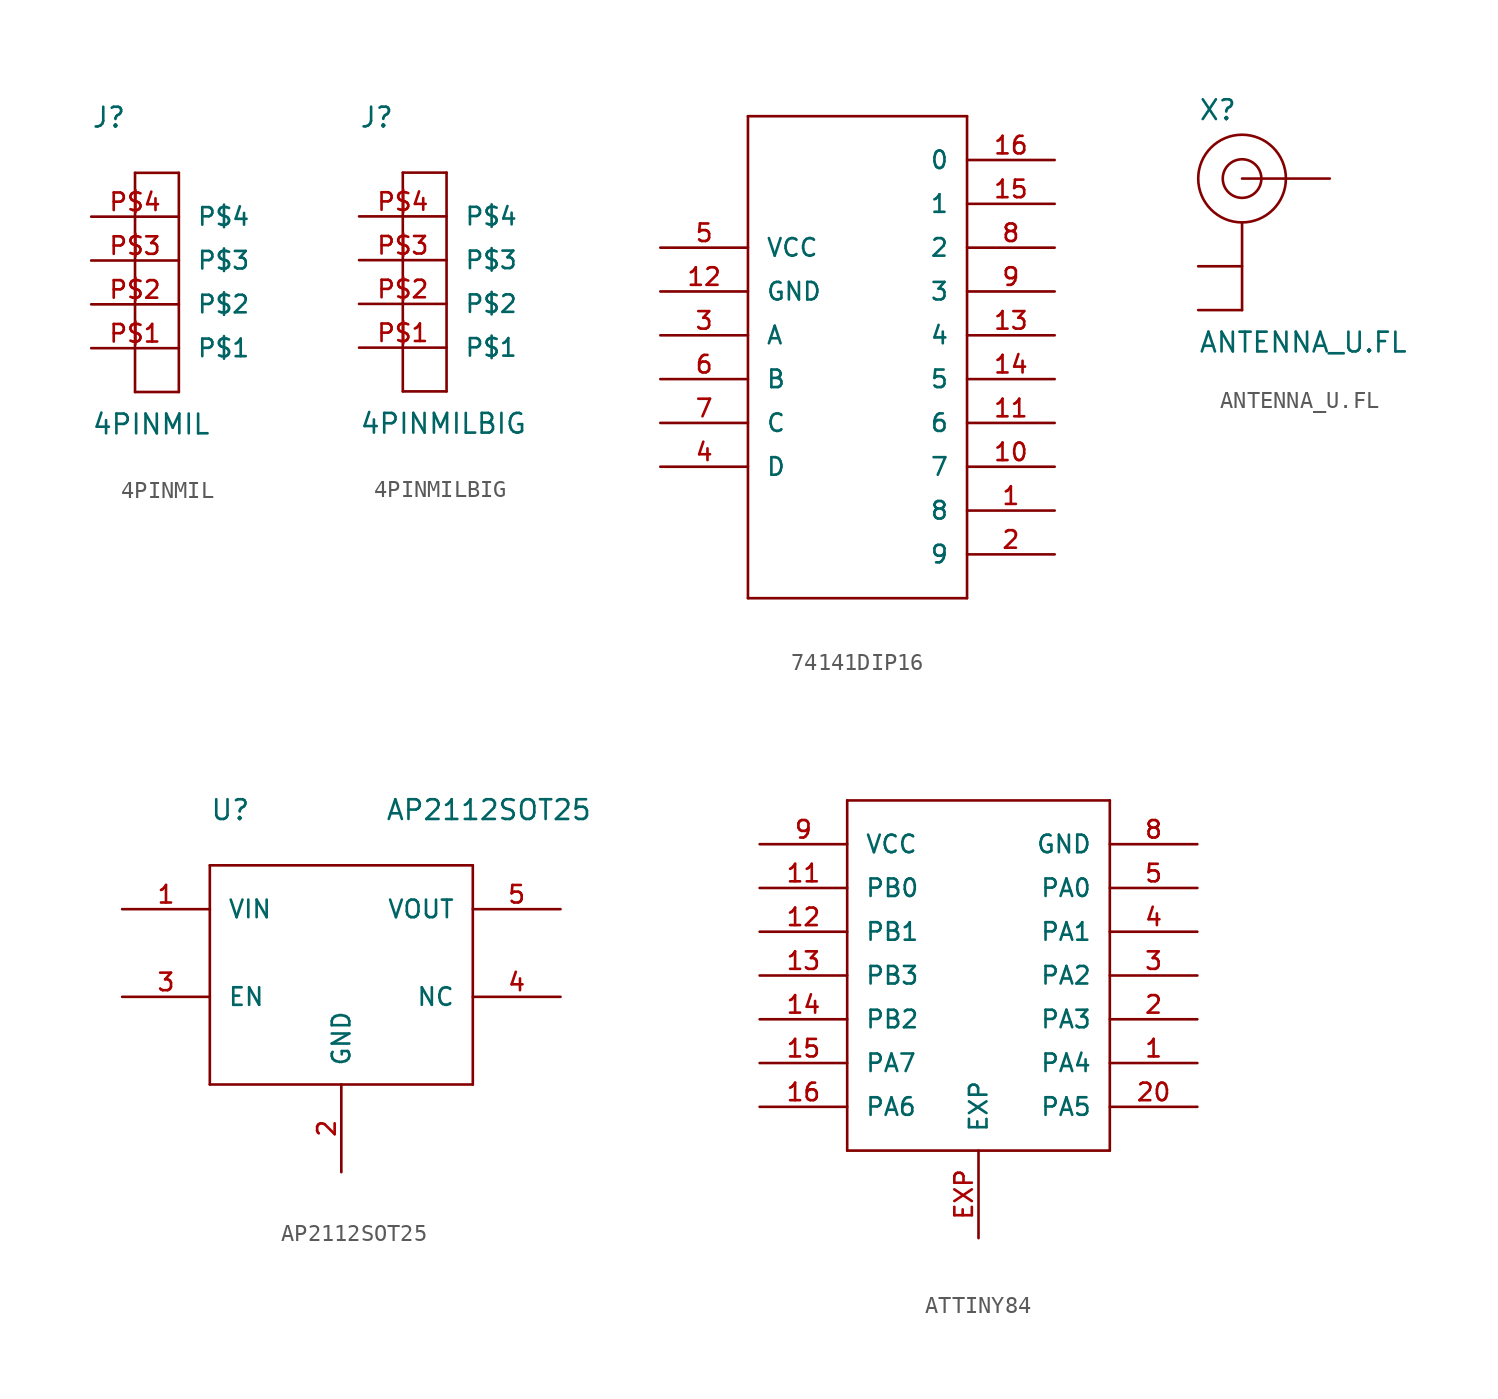
<source format=kicad_sym>
(kicad_symbol_lib
  (version 20220914)
  (generator kicad_symbol_editor)
  (symbol "4PINMIL"
    (pin_names
      (offset 1.016))
    (property "Reference" "J"
      (at -5.08 12.7 0)
      (effects (font (size 1.143 1.143)) (justify left bottom)))
    (property "Value" "4PINMIL"
      (at -5.08 -5.08 0)
      (effects (font (size 1.143 1.143)) (justify left bottom)))
    (property "ki_locked" ""
      (at 0 0 0)
      (effects (font (size 1.27 1.27))))
    (symbol "4PINMIL_1_0"
      (polyline (pts (xy -2.54 -2.54) (xy -2.54 10.16)) (stroke (width 0) (type solid)) (fill (type none)))
      (polyline (pts (xy -2.54 10.16) (xy 0 10.16)) (stroke (width 0) (type solid)) (fill (type none)))
      (polyline (pts (xy 0 -2.54) (xy -2.54 -2.54)) (stroke (width 0) (type solid)) (fill (type none)))
      (polyline (pts (xy 0 10.16) (xy 0 -2.54)) (stroke (width 0) (type solid)) (fill (type none))))
    (symbol "4PINMIL_1_1"
      (pin bidirectional line (at -5.08 0 0) (length 5.08) (name "P$1" (effects (font (size 1.016 1.016)))) (number "P$1" (effects (font (size 1.016 1.016)))))
      (pin bidirectional line (at -5.08 2.54 0) (length 5.08) (name "P$2" (effects (font (size 1.016 1.016)))) (number "P$2" (effects (font (size 1.016 1.016)))))
      (pin bidirectional line (at -5.08 5.08 0) (length 5.08) (name "P$3" (effects (font (size 1.016 1.016)))) (number "P$3" (effects (font (size 1.016 1.016)))))
      (pin bidirectional line (at -5.08 7.62 0) (length 5.08) (name "P$4" (effects (font (size 1.016 1.016)))) (number "P$4" (effects (font (size 1.016 1.016)))))
      (pin bidirectional line (at -5.08 0 0) (length 5.08) hide (name "P$1" (effects (font (size 1.016 1.016)))) (number "P$5" (effects (font (size 1.016 1.016)))))
      (pin bidirectional line (at -5.08 2.54 0) (length 5.08) hide (name "P$2" (effects (font (size 1.016 1.016)))) (number "P$6" (effects (font (size 1.016 1.016)))))
      (pin bidirectional line (at -5.08 5.08 0) (length 5.08) hide (name "P$3" (effects (font (size 1.016 1.016)))) (number "P$7" (effects (font (size 1.016 1.016)))))
      (pin bidirectional line (at -5.08 7.62 0) (length 5.08) hide (name "P$4" (effects (font (size 1.016 1.016)))) (number "P$8" (effects (font (size 1.016 1.016)))))))
  (symbol "4PINMILBIG"
    (pin_names
      (offset 1.016))
    (property "Reference" "J"
      (at -5.08 12.7 0)
      (effects (font (size 1.143 1.143)) (justify left bottom)))
    (property "Value" "4PINMILBIG"
      (at -5.08 -5.08 0)
      (effects (font (size 1.143 1.143)) (justify left bottom)))
    (property "ki_locked" ""
      (at 0 0 0)
      (effects (font (size 1.27 1.27))))
    (symbol "4PINMILBIG_1_0"
      (polyline (pts (xy -2.54 -2.54) (xy -2.54 10.16)) (stroke (width 0) (type solid)) (fill (type none)))
      (polyline (pts (xy -2.54 10.16) (xy 0 10.16)) (stroke (width 0) (type solid)) (fill (type none)))
      (polyline (pts (xy 0 -2.54) (xy -2.54 -2.54)) (stroke (width 0) (type solid)) (fill (type none)))
      (polyline (pts (xy 0 10.16) (xy 0 -2.54)) (stroke (width 0) (type solid)) (fill (type none))))
    (symbol "4PINMILBIG_1_1"
      (pin bidirectional line (at -5.08 0 0) (length 5.08) (name "P$1" (effects (font (size 1.016 1.016)))) (number "P$1" (effects (font (size 1.016 1.016)))))
      (pin bidirectional line (at -5.08 2.54 0) (length 5.08) (name "P$2" (effects (font (size 1.016 1.016)))) (number "P$2" (effects (font (size 1.016 1.016)))))
      (pin bidirectional line (at -5.08 5.08 0) (length 5.08) (name "P$3" (effects (font (size 1.016 1.016)))) (number "P$3" (effects (font (size 1.016 1.016)))))
      (pin bidirectional line (at -5.08 7.62 0) (length 5.08) (name "P$4" (effects (font (size 1.016 1.016)))) (number "P$4" (effects (font (size 1.016 1.016)))))
      (pin bidirectional line (at -5.08 0 0) (length 5.08) hide (name "P$1" (effects (font (size 1.016 1.016)))) (number "P$5" (effects (font (size 1.016 1.016)))))
      (pin bidirectional line (at -5.08 2.54 0) (length 5.08) hide (name "P$2" (effects (font (size 1.016 1.016)))) (number "P$6" (effects (font (size 1.016 1.016)))))
      (pin bidirectional line (at -5.08 5.08 0) (length 5.08) hide (name "P$3" (effects (font (size 1.016 1.016)))) (number "P$7" (effects (font (size 1.016 1.016)))))
      (pin bidirectional line (at -5.08 7.62 0) (length 5.08) hide (name "P$4" (effects (font (size 1.016 1.016)))) (number "P$8" (effects (font (size 1.016 1.016)))))))
  (symbol "74141DIP16"
    (pin_names
      (offset 1.016))
    (property "Reference" "M"
      (at 0 0 0)
      (effects (font (size 1.143 1.143)) hide))
    (property "ki_locked" ""
      (at 0 0 0)
      (effects (font (size 1.27 1.27))))
    (symbol "74141DIP16_1_0"
      (polyline (pts (xy -7.62 -12.7) (xy 5.08 -12.7)) (stroke (width 0) (type solid)) (fill (type none)))
      (polyline (pts (xy -7.62 15.24) (xy -7.62 -12.7)) (stroke (width 0) (type solid)) (fill (type none)))
      (polyline (pts (xy 5.08 -12.7) (xy 5.08 15.24)) (stroke (width 0) (type solid)) (fill (type none)))
      (polyline (pts (xy 5.08 15.24) (xy -7.62 15.24)) (stroke (width 0) (type solid)) (fill (type none))))
    (symbol "74141DIP16_1_1"
      (pin passive line (at 10.16 -7.62 180) (length 5.08) (name "8" (effects (font (size 1.016 1.016)))) (number "1" (effects (font (size 1.016 1.016)))))
      (pin passive line (at 10.16 -5.08 180) (length 5.08) (name "7" (effects (font (size 1.016 1.016)))) (number "10" (effects (font (size 1.016 1.016)))))
      (pin passive line (at 10.16 -2.54 180) (length 5.08) (name "6" (effects (font (size 1.016 1.016)))) (number "11" (effects (font (size 1.016 1.016)))))
      (pin power_in line (at -12.7 5.08 0) (length 5.08) (name "GND" (effects (font (size 1.016 1.016)))) (number "12" (effects (font (size 1.016 1.016)))))
      (pin passive line (at 10.16 2.54 180) (length 5.08) (name "4" (effects (font (size 1.016 1.016)))) (number "13" (effects (font (size 1.016 1.016)))))
      (pin passive line (at 10.16 0 180) (length 5.08) (name "5" (effects (font (size 1.016 1.016)))) (number "14" (effects (font (size 1.016 1.016)))))
      (pin passive line (at 10.16 10.16 180) (length 5.08) (name "1" (effects (font (size 1.016 1.016)))) (number "15" (effects (font (size 1.016 1.016)))))
      (pin passive line (at 10.16 12.7 180) (length 5.08) (name "0" (effects (font (size 1.016 1.016)))) (number "16" (effects (font (size 1.016 1.016)))))
      (pin passive line (at 10.16 -10.16 180) (length 5.08) (name "9" (effects (font (size 1.016 1.016)))) (number "2" (effects (font (size 1.016 1.016)))))
      (pin passive line (at -12.7 2.54 0) (length 5.08) (name "A" (effects (font (size 1.016 1.016)))) (number "3" (effects (font (size 1.016 1.016)))))
      (pin passive line (at -12.7 -5.08 0) (length 5.08) (name "D" (effects (font (size 1.016 1.016)))) (number "4" (effects (font (size 1.016 1.016)))))
      (pin power_in line (at -12.7 7.62 0) (length 5.08) (name "VCC" (effects (font (size 1.016 1.016)))) (number "5" (effects (font (size 1.016 1.016)))))
      (pin passive line (at -12.7 0 0) (length 5.08) (name "B" (effects (font (size 1.016 1.016)))) (number "6" (effects (font (size 1.016 1.016)))))
      (pin passive line (at -12.7 -2.54 0) (length 5.08) (name "C" (effects (font (size 1.016 1.016)))) (number "7" (effects (font (size 1.016 1.016)))))
      (pin passive line (at 10.16 7.62 180) (length 5.08) (name "2" (effects (font (size 1.016 1.016)))) (number "8" (effects (font (size 1.016 1.016)))))
      (pin passive line (at 10.16 5.08 180) (length 5.08) (name "3" (effects (font (size 1.016 1.016)))) (number "9" (effects (font (size 1.016 1.016)))))))
  (symbol "ANTENNA_U.FL"
    (pin_numbers hide)
    (pin_names
      (offset 1.016) hide)
    (property "Reference" "X"
      (at -2.54 3.302 0)
      (effects (font (size 1.143 1.143)) (justify left bottom)))
    (property "Value" "ANTENNA_U.FL"
      (at -2.54 -10.16 0)
      (effects (font (size 1.143 1.143)) (justify left bottom)))
    (property "ki_locked" ""
      (at 0 0 0)
      (effects (font (size 1.27 1.27))))
    (symbol "ANTENNA_U.FL_1_0"
      (polyline (pts (xy 0 -2.54) (xy 0 -7.62)) (stroke (width 0) (type solid)) (fill (type none))))
    (symbol "ANTENNA_U.FL_1_1"
      (circle (center 0 0) (radius 1.118) (stroke (width 0) (type solid)) (fill (type none)))
      (circle (center 0 0) (radius 2.54) (stroke (width 0) (type solid)) (fill (type none)))
      (pin passive line (at -2.54 -5.08 0) (length 2.54) (name "GND" (effects (font (size 1.016 1.016)))) (number "1" (effects (font (size 1.016 1.016)))))
      (pin passive line (at -2.54 -7.62 0) (length 2.54) (name "GND" (effects (font (size 1.016 1.016)))) (number "2" (effects (font (size 1.016 1.016)))))
      (pin passive line (at 5.08 0 180) (length 5.08) (name "SIGNAL" (effects (font (size 1.016 1.016)))) (number "3" (effects (font (size 1.016 1.016)))))))
  (symbol "AP2112SOT25"
    (pin_names
      (offset 1.016))
    (property "Reference" "U"
      (at -7.62 10.16 0)
      (effects (font (size 1.143 1.143)) (justify left bottom)))
    (property "Value" "AP2112SOT25"
      (at 2.54 10.16 0)
      (effects (font (size 1.143 1.143)) (justify left bottom)))
    (property "ki_locked" ""
      (at 0 0 0)
      (effects (font (size 1.27 1.27))))
    (symbol "AP2112SOT25_1_0"
      (polyline (pts (xy -7.62 -5.08) (xy 7.62 -5.08)) (stroke (width 0) (type solid)) (fill (type none)))
      (polyline (pts (xy -7.62 7.62) (xy -7.62 -5.08)) (stroke (width 0) (type solid)) (fill (type none)))
      (polyline (pts (xy 7.62 -5.08) (xy 7.62 7.62)) (stroke (width 0) (type solid)) (fill (type none)))
      (polyline (pts (xy 7.62 7.62) (xy -7.62 7.62)) (stroke (width 0) (type solid)) (fill (type none))))
    (symbol "AP2112SOT25_1_1"
      (pin power_in line (at -12.7 5.08 0) (length 5.08) (name "VIN" (effects (font (size 1.016 1.016)))) (number "1" (effects (font (size 1.016 1.016)))))
      (pin power_in line (at 0 -10.16 90) (length 5.08) (name "GND" (effects (font (size 1.016 1.016)))) (number "2" (effects (font (size 1.016 1.016)))))
      (pin input line (at -12.7 0 0) (length 5.08) (name "EN" (effects (font (size 1.016 1.016)))) (number "3" (effects (font (size 1.016 1.016)))))
      (pin unspecified line (at 12.7 0 180) (length 5.08) (name "NC" (effects (font (size 1.016 1.016)))) (number "4" (effects (font (size 1.016 1.016)))))
      (pin power_in line (at 12.7 5.08 180) (length 5.08) (name "VOUT" (effects (font (size 1.016 1.016)))) (number "5" (effects (font (size 1.016 1.016)))))))
  (symbol "ATTINY84"
    (pin_names
      (offset 1.016))
    (property "Reference" "M"
      (at 0 0 0)
      (effects (font (size 1.143 1.143)) hide))
    (property "ki_locked" ""
      (at 0 0 0)
      (effects (font (size 1.27 1.27))))
    (symbol "ATTINY84_1_0"
      (polyline (pts (xy -7.62 -10.16) (xy -7.62 10.16)) (stroke (width 0) (type solid)) (fill (type none)))
      (polyline (pts (xy -7.62 10.16) (xy 7.62 10.16)) (stroke (width 0) (type solid)) (fill (type none)))
      (polyline (pts (xy 7.62 -10.16) (xy -7.62 -10.16)) (stroke (width 0) (type solid)) (fill (type none)))
      (polyline (pts (xy 7.62 10.16) (xy 7.62 -10.16)) (stroke (width 0) (type solid)) (fill (type none))))
    (symbol "ATTINY84_1_1"
      (pin passive line (at 12.7 -5.08 180) (length 5.08) (name "PA4" (effects (font (size 1.016 1.016)))) (number "1" (effects (font (size 1.016 1.016)))))
      (pin passive line (at -12.7 5.08 0) (length 5.08) (name "PB0" (effects (font (size 1.016 1.016)))) (number "11" (effects (font (size 1.016 1.016)))))
      (pin passive line (at -12.7 2.54 0) (length 5.08) (name "PB1" (effects (font (size 1.016 1.016)))) (number "12" (effects (font (size 1.016 1.016)))))
      (pin passive line (at -12.7 0 0) (length 5.08) (name "PB3" (effects (font (size 1.016 1.016)))) (number "13" (effects (font (size 1.016 1.016)))))
      (pin passive line (at -12.7 -2.54 0) (length 5.08) (name "PB2" (effects (font (size 1.016 1.016)))) (number "14" (effects (font (size 1.016 1.016)))))
      (pin passive line (at -12.7 -5.08 0) (length 5.08) (name "PA7" (effects (font (size 1.016 1.016)))) (number "15" (effects (font (size 1.016 1.016)))))
      (pin passive line (at -12.7 -7.62 0) (length 5.08) (name "PA6" (effects (font (size 1.016 1.016)))) (number "16" (effects (font (size 1.016 1.016)))))
      (pin passive line (at 12.7 -2.54 180) (length 5.08) (name "PA3" (effects (font (size 1.016 1.016)))) (number "2" (effects (font (size 1.016 1.016)))))
      (pin passive line (at 12.7 -7.62 180) (length 5.08) (name "PA5" (effects (font (size 1.016 1.016)))) (number "20" (effects (font (size 1.016 1.016)))))
      (pin passive line (at 12.7 0 180) (length 5.08) (name "PA2" (effects (font (size 1.016 1.016)))) (number "3" (effects (font (size 1.016 1.016)))))
      (pin passive line (at 12.7 2.54 180) (length 5.08) (name "PA1" (effects (font (size 1.016 1.016)))) (number "4" (effects (font (size 1.016 1.016)))))
      (pin passive line (at 12.7 5.08 180) (length 5.08) (name "PA0" (effects (font (size 1.016 1.016)))) (number "5" (effects (font (size 1.016 1.016)))))
      (pin power_in line (at 12.7 7.62 180) (length 5.08) (name "GND" (effects (font (size 1.016 1.016)))) (number "8" (effects (font (size 1.016 1.016)))))
      (pin power_in line (at -12.7 7.62 0) (length 5.08) (name "VCC" (effects (font (size 1.016 1.016)))) (number "9" (effects (font (size 1.016 1.016)))))
      (pin power_in line (at 0 -15.24 90) (length 5.08) (name "EXP" (effects (font (size 1.016 1.016)))) (number "EXP" (effects (font (size 1.016 1.016))))))))
</source>
